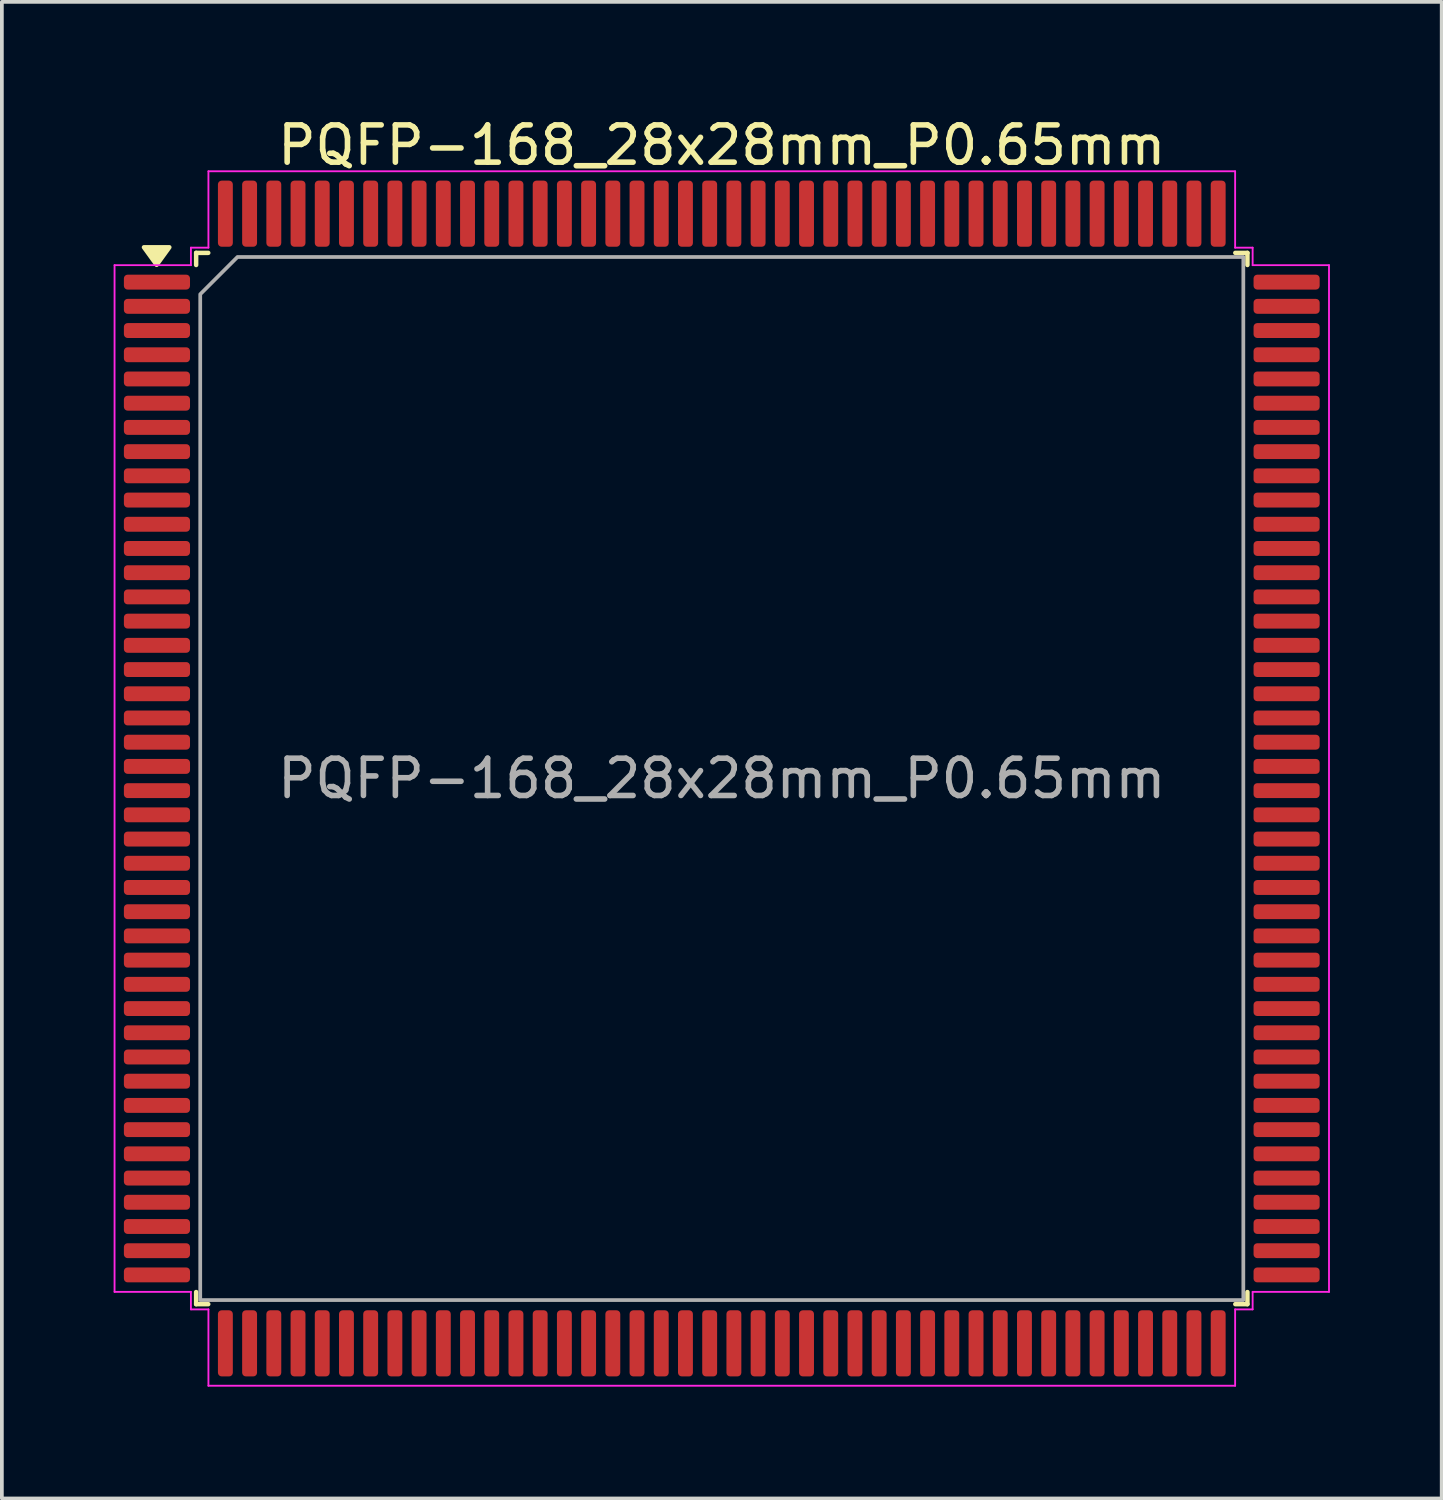
<source format=kicad_pcb>
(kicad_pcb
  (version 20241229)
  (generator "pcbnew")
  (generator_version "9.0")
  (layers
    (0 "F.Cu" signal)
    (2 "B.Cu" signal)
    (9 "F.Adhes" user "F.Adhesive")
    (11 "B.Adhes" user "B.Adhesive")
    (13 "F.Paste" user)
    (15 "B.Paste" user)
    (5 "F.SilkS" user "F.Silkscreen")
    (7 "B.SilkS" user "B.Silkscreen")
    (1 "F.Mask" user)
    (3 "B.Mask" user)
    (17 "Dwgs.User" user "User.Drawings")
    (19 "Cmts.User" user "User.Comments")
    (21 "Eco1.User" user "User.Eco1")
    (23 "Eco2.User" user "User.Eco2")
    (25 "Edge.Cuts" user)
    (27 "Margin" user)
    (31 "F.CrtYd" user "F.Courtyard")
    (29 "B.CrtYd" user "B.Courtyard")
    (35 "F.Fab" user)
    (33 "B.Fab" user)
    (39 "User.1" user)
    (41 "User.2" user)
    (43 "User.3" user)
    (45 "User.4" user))
  (footprint "PQFP-168_28x28mm_P0.65mm"
    (layer "F.Cu")
    (at 16.325 17.848)
    (property "Reference" "PQFP-168_28x28mm_P0.65mm" (at 0 -17 0) (layer "F.SilkS") (effects (font (size 1 1) (thickness 0.15))))
    (attr smd)
    (fp_line (start -14.11 -14.11) (end -13.785 -14.11) (stroke (width 0.12) (type solid)) (layer "F.SilkS"))
    (fp_line (start -14.11 -13.785) (end -14.11 -14.11) (stroke (width 0.12) (type solid)) (layer "F.SilkS"))
    (fp_line (start -14.11 14.11) (end -14.11 13.785) (stroke (width 0.12) (type solid)) (layer "F.SilkS"))
    (fp_line (start -13.785 14.11) (end -14.11 14.11) (stroke (width 0.12) (type solid)) (layer "F.SilkS"))
    (fp_line (start 13.785 -14.11) (end 14.11 -14.11) (stroke (width 0.12) (type solid)) (layer "F.SilkS"))
    (fp_line (start 14.11 -14.11) (end 14.11 -13.785) (stroke (width 0.12) (type solid)) (layer "F.SilkS"))
    (fp_line (start 14.11 13.785) (end 14.11 14.11) (stroke (width 0.12) (type solid)) (layer "F.SilkS"))
    (fp_line (start 14.11 14.11) (end 13.785 14.11) (stroke (width 0.12) (type solid)) (layer "F.SilkS"))
    (fp_poly (pts (xy -15.17 -13.79) (xy -15.51 -14.26) (xy -14.83 -14.26)) (stroke (width 0.12) (type solid)) (fill yes) (layer "F.SilkS"))
    (fp_line (start -16.3 -13.78) (end -14.25 -13.78) (stroke (width 0.05) (type solid)) (layer "F.CrtYd"))
    (fp_line (start -16.3 13.78) (end -16.3 -13.78) (stroke (width 0.05) (type solid)) (layer "F.CrtYd"))
    (fp_line (start -14.25 -14.25) (end -13.78 -14.25) (stroke (width 0.05) (type solid)) (layer "F.CrtYd"))
    (fp_line (start -14.25 -13.78) (end -14.25 -14.25) (stroke (width 0.05) (type solid)) (layer "F.CrtYd"))
    (fp_line (start -14.25 13.78) (end -16.3 13.78) (stroke (width 0.05) (type solid)) (layer "F.CrtYd"))
    (fp_line (start -14.25 14.25) (end -14.25 13.78) (stroke (width 0.05) (type solid)) (layer "F.CrtYd"))
    (fp_line (start -13.78 -16.3) (end 13.78 -16.3) (stroke (width 0.05) (type solid)) (layer "F.CrtYd"))
    (fp_line (start -13.78 -14.25) (end -13.78 -16.3) (stroke (width 0.05) (type solid)) (layer "F.CrtYd"))
    (fp_line (start -13.78 14.25) (end -14.25 14.25) (stroke (width 0.05) (type solid)) (layer "F.CrtYd"))
    (fp_line (start -13.78 16.3) (end -13.78 14.25) (stroke (width 0.05) (type solid)) (layer "F.CrtYd"))
    (fp_line (start 13.78 -16.3) (end 13.78 -14.25) (stroke (width 0.05) (type solid)) (layer "F.CrtYd"))
    (fp_line (start 13.78 -14.25) (end 14.25 -14.25) (stroke (width 0.05) (type solid)) (layer "F.CrtYd"))
    (fp_line (start 13.78 14.25) (end 13.78 16.3) (stroke (width 0.05) (type solid)) (layer "F.CrtYd"))
    (fp_line (start 13.78 16.3) (end -13.78 16.3) (stroke (width 0.05) (type solid)) (layer "F.CrtYd"))
    (fp_line (start 14.25 -14.25) (end 14.25 -13.78) (stroke (width 0.05) (type solid)) (layer "F.CrtYd"))
    (fp_line (start 14.25 -13.78) (end 16.3 -13.78) (stroke (width 0.05) (type solid)) (layer "F.CrtYd"))
    (fp_line (start 14.25 13.78) (end 14.25 14.25) (stroke (width 0.05) (type solid)) (layer "F.CrtYd"))
    (fp_line (start 14.25 14.25) (end 13.78 14.25) (stroke (width 0.05) (type solid)) (layer "F.CrtYd"))
    (fp_line (start 16.3 -13.78) (end 16.3 13.78) (stroke (width 0.05) (type solid)) (layer "F.CrtYd"))
    (fp_line (start 16.3 13.78) (end 14.25 13.78) (stroke (width 0.05) (type solid)) (layer "F.CrtYd"))
    (fp_poly (pts (xy -14 -13) (xy -14 14) (xy 14 14) (xy 14 -14) (xy -13 -14)) (stroke (width 0.1) (type solid)) (fill no) (layer "F.Fab"))
    (fp_text user "${REFERENCE}" (at 0 0 0) (layer "F.Fab") (effects (font (size 1 1) (thickness 0.15))))
    (pad "1" smd roundrect (at -15.162 -13.325) (size 1.775 0.4) (layers "F.Cu" "F.Mask" "F.Paste") (roundrect_rratio 0.25))
    (pad "2" smd roundrect (at -15.162 -12.675) (size 1.775 0.4) (layers "F.Cu" "F.Mask" "F.Paste") (roundrect_rratio 0.25))
    (pad "3" smd roundrect (at -15.162 -12.025) (size 1.775 0.4) (layers "F.Cu" "F.Mask" "F.Paste") (roundrect_rratio 0.25))
    (pad "4" smd roundrect (at -15.162 -11.375) (size 1.775 0.4) (layers "F.Cu" "F.Mask" "F.Paste") (roundrect_rratio 0.25))
    (pad "5" smd roundrect (at -15.162 -10.725) (size 1.775 0.4) (layers "F.Cu" "F.Mask" "F.Paste") (roundrect_rratio 0.25))
    (pad "6" smd roundrect (at -15.162 -10.075) (size 1.775 0.4) (layers "F.Cu" "F.Mask" "F.Paste") (roundrect_rratio 0.25))
    (pad "7" smd roundrect (at -15.162 -9.425) (size 1.775 0.4) (layers "F.Cu" "F.Mask" "F.Paste") (roundrect_rratio 0.25))
    (pad "8" smd roundrect (at -15.162 -8.775) (size 1.775 0.4) (layers "F.Cu" "F.Mask" "F.Paste") (roundrect_rratio 0.25))
    (pad "9" smd roundrect (at -15.162 -8.125) (size 1.775 0.4) (layers "F.Cu" "F.Mask" "F.Paste") (roundrect_rratio 0.25))
    (pad "10" smd roundrect (at -15.162 -7.475) (size 1.775 0.4) (layers "F.Cu" "F.Mask" "F.Paste") (roundrect_rratio 0.25))
    (pad "11" smd roundrect (at -15.162 -6.825) (size 1.775 0.4) (layers "F.Cu" "F.Mask" "F.Paste") (roundrect_rratio 0.25))
    (pad "12" smd roundrect (at -15.162 -6.175) (size 1.775 0.4) (layers "F.Cu" "F.Mask" "F.Paste") (roundrect_rratio 0.25))
    (pad "13" smd roundrect (at -15.162 -5.525) (size 1.775 0.4) (layers "F.Cu" "F.Mask" "F.Paste") (roundrect_rratio 0.25))
    (pad "14" smd roundrect (at -15.162 -4.875) (size 1.775 0.4) (layers "F.Cu" "F.Mask" "F.Paste") (roundrect_rratio 0.25))
    (pad "15" smd roundrect (at -15.162 -4.225) (size 1.775 0.4) (layers "F.Cu" "F.Mask" "F.Paste") (roundrect_rratio 0.25))
    (pad "16" smd roundrect (at -15.162 -3.575) (size 1.775 0.4) (layers "F.Cu" "F.Mask" "F.Paste") (roundrect_rratio 0.25))
    (pad "17" smd roundrect (at -15.162 -2.925) (size 1.775 0.4) (layers "F.Cu" "F.Mask" "F.Paste") (roundrect_rratio 0.25))
    (pad "18" smd roundrect (at -15.162 -2.275) (size 1.775 0.4) (layers "F.Cu" "F.Mask" "F.Paste") (roundrect_rratio 0.25))
    (pad "19" smd roundrect (at -15.162 -1.625) (size 1.775 0.4) (layers "F.Cu" "F.Mask" "F.Paste") (roundrect_rratio 0.25))
    (pad "20" smd roundrect (at -15.162 -0.975) (size 1.775 0.4) (layers "F.Cu" "F.Mask" "F.Paste") (roundrect_rratio 0.25))
    (pad "21" smd roundrect (at -15.162 -0.325) (size 1.775 0.4) (layers "F.Cu" "F.Mask" "F.Paste") (roundrect_rratio 0.25))
    (pad "22" smd roundrect (at -15.162 0.325) (size 1.775 0.4) (layers "F.Cu" "F.Mask" "F.Paste") (roundrect_rratio 0.25))
    (pad "23" smd roundrect (at -15.162 0.975) (size 1.775 0.4) (layers "F.Cu" "F.Mask" "F.Paste") (roundrect_rratio 0.25))
    (pad "24" smd roundrect (at -15.162 1.625) (size 1.775 0.4) (layers "F.Cu" "F.Mask" "F.Paste") (roundrect_rratio 0.25))
    (pad "25" smd roundrect (at -15.162 2.275) (size 1.775 0.4) (layers "F.Cu" "F.Mask" "F.Paste") (roundrect_rratio 0.25))
    (pad "26" smd roundrect (at -15.162 2.925) (size 1.775 0.4) (layers "F.Cu" "F.Mask" "F.Paste") (roundrect_rratio 0.25))
    (pad "27" smd roundrect (at -15.162 3.575) (size 1.775 0.4) (layers "F.Cu" "F.Mask" "F.Paste") (roundrect_rratio 0.25))
    (pad "28" smd roundrect (at -15.162 4.225) (size 1.775 0.4) (layers "F.Cu" "F.Mask" "F.Paste") (roundrect_rratio 0.25))
    (pad "29" smd roundrect (at -15.162 4.875) (size 1.775 0.4) (layers "F.Cu" "F.Mask" "F.Paste") (roundrect_rratio 0.25))
    (pad "30" smd roundrect (at -15.162 5.525) (size 1.775 0.4) (layers "F.Cu" "F.Mask" "F.Paste") (roundrect_rratio 0.25))
    (pad "31" smd roundrect (at -15.162 6.175) (size 1.775 0.4) (layers "F.Cu" "F.Mask" "F.Paste") (roundrect_rratio 0.25))
    (pad "32" smd roundrect (at -15.162 6.825) (size 1.775 0.4) (layers "F.Cu" "F.Mask" "F.Paste") (roundrect_rratio 0.25))
    (pad "33" smd roundrect (at -15.162 7.475) (size 1.775 0.4) (layers "F.Cu" "F.Mask" "F.Paste") (roundrect_rratio 0.25))
    (pad "34" smd roundrect (at -15.162 8.125) (size 1.775 0.4) (layers "F.Cu" "F.Mask" "F.Paste") (roundrect_rratio 0.25))
    (pad "35" smd roundrect (at -15.162 8.775) (size 1.775 0.4) (layers "F.Cu" "F.Mask" "F.Paste") (roundrect_rratio 0.25))
    (pad "36" smd roundrect (at -15.162 9.425) (size 1.775 0.4) (layers "F.Cu" "F.Mask" "F.Paste") (roundrect_rratio 0.25))
    (pad "37" smd roundrect (at -15.162 10.075) (size 1.775 0.4) (layers "F.Cu" "F.Mask" "F.Paste") (roundrect_rratio 0.25))
    (pad "38" smd roundrect (at -15.162 10.725) (size 1.775 0.4) (layers "F.Cu" "F.Mask" "F.Paste") (roundrect_rratio 0.25))
    (pad "39" smd roundrect (at -15.162 11.375) (size 1.775 0.4) (layers "F.Cu" "F.Mask" "F.Paste") (roundrect_rratio 0.25))
    (pad "40" smd roundrect (at -15.162 12.025) (size 1.775 0.4) (layers "F.Cu" "F.Mask" "F.Paste") (roundrect_rratio 0.25))
    (pad "41" smd roundrect (at -15.162 12.675) (size 1.775 0.4) (layers "F.Cu" "F.Mask" "F.Paste") (roundrect_rratio 0.25))
    (pad "42" smd roundrect (at -15.162 13.325) (size 1.775 0.4) (layers "F.Cu" "F.Mask" "F.Paste") (roundrect_rratio 0.25))
    (pad "43" smd roundrect (at -13.325 15.162) (size 0.4 1.775) (layers "F.Cu" "F.Mask" "F.Paste") (roundrect_rratio 0.25))
    (pad "44" smd roundrect (at -12.675 15.162) (size 0.4 1.775) (layers "F.Cu" "F.Mask" "F.Paste") (roundrect_rratio 0.25))
    (pad "45" smd roundrect (at -12.025 15.162) (size 0.4 1.775) (layers "F.Cu" "F.Mask" "F.Paste") (roundrect_rratio 0.25))
    (pad "46" smd roundrect (at -11.375 15.162) (size 0.4 1.775) (layers "F.Cu" "F.Mask" "F.Paste") (roundrect_rratio 0.25))
    (pad "47" smd roundrect (at -10.725 15.162) (size 0.4 1.775) (layers "F.Cu" "F.Mask" "F.Paste") (roundrect_rratio 0.25))
    (pad "48" smd roundrect (at -10.075 15.162) (size 0.4 1.775) (layers "F.Cu" "F.Mask" "F.Paste") (roundrect_rratio 0.25))
    (pad "49" smd roundrect (at -9.425 15.162) (size 0.4 1.775) (layers "F.Cu" "F.Mask" "F.Paste") (roundrect_rratio 0.25))
    (pad "50" smd roundrect (at -8.775 15.162) (size 0.4 1.775) (layers "F.Cu" "F.Mask" "F.Paste") (roundrect_rratio 0.25))
    (pad "51" smd roundrect (at -8.125 15.162) (size 0.4 1.775) (layers "F.Cu" "F.Mask" "F.Paste") (roundrect_rratio 0.25))
    (pad "52" smd roundrect (at -7.475 15.162) (size 0.4 1.775) (layers "F.Cu" "F.Mask" "F.Paste") (roundrect_rratio 0.25))
    (pad "53" smd roundrect (at -6.825 15.162) (size 0.4 1.775) (layers "F.Cu" "F.Mask" "F.Paste") (roundrect_rratio 0.25))
    (pad "54" smd roundrect (at -6.175 15.162) (size 0.4 1.775) (layers "F.Cu" "F.Mask" "F.Paste") (roundrect_rratio 0.25))
    (pad "55" smd roundrect (at -5.525 15.162) (size 0.4 1.775) (layers "F.Cu" "F.Mask" "F.Paste") (roundrect_rratio 0.25))
    (pad "56" smd roundrect (at -4.875 15.162) (size 0.4 1.775) (layers "F.Cu" "F.Mask" "F.Paste") (roundrect_rratio 0.25))
    (pad "57" smd roundrect (at -4.225 15.162) (size 0.4 1.775) (layers "F.Cu" "F.Mask" "F.Paste") (roundrect_rratio 0.25))
    (pad "58" smd roundrect (at -3.575 15.162) (size 0.4 1.775) (layers "F.Cu" "F.Mask" "F.Paste") (roundrect_rratio 0.25))
    (pad "59" smd roundrect (at -2.925 15.162) (size 0.4 1.775) (layers "F.Cu" "F.Mask" "F.Paste") (roundrect_rratio 0.25))
    (pad "60" smd roundrect (at -2.275 15.162) (size 0.4 1.775) (layers "F.Cu" "F.Mask" "F.Paste") (roundrect_rratio 0.25))
    (pad "61" smd roundrect (at -1.625 15.162) (size 0.4 1.775) (layers "F.Cu" "F.Mask" "F.Paste") (roundrect_rratio 0.25))
    (pad "62" smd roundrect (at -0.975 15.162) (size 0.4 1.775) (layers "F.Cu" "F.Mask" "F.Paste") (roundrect_rratio 0.25))
    (pad "63" smd roundrect (at -0.325 15.162) (size 0.4 1.775) (layers "F.Cu" "F.Mask" "F.Paste") (roundrect_rratio 0.25))
    (pad "64" smd roundrect (at 0.325 15.162) (size 0.4 1.775) (layers "F.Cu" "F.Mask" "F.Paste") (roundrect_rratio 0.25))
    (pad "65" smd roundrect (at 0.975 15.162) (size 0.4 1.775) (layers "F.Cu" "F.Mask" "F.Paste") (roundrect_rratio 0.25))
    (pad "66" smd roundrect (at 1.625 15.162) (size 0.4 1.775) (layers "F.Cu" "F.Mask" "F.Paste") (roundrect_rratio 0.25))
    (pad "67" smd roundrect (at 2.275 15.162) (size 0.4 1.775) (layers "F.Cu" "F.Mask" "F.Paste") (roundrect_rratio 0.25))
    (pad "68" smd roundrect (at 2.925 15.162) (size 0.4 1.775) (layers "F.Cu" "F.Mask" "F.Paste") (roundrect_rratio 0.25))
    (pad "69" smd roundrect (at 3.575 15.162) (size 0.4 1.775) (layers "F.Cu" "F.Mask" "F.Paste") (roundrect_rratio 0.25))
    (pad "70" smd roundrect (at 4.225 15.162) (size 0.4 1.775) (layers "F.Cu" "F.Mask" "F.Paste") (roundrect_rratio 0.25))
    (pad "71" smd roundrect (at 4.875 15.162) (size 0.4 1.775) (layers "F.Cu" "F.Mask" "F.Paste") (roundrect_rratio 0.25))
    (pad "72" smd roundrect (at 5.525 15.162) (size 0.4 1.775) (layers "F.Cu" "F.Mask" "F.Paste") (roundrect_rratio 0.25))
    (pad "73" smd roundrect (at 6.175 15.162) (size 0.4 1.775) (layers "F.Cu" "F.Mask" "F.Paste") (roundrect_rratio 0.25))
    (pad "74" smd roundrect (at 6.825 15.162) (size 0.4 1.775) (layers "F.Cu" "F.Mask" "F.Paste") (roundrect_rratio 0.25))
    (pad "75" smd roundrect (at 7.475 15.162) (size 0.4 1.775) (layers "F.Cu" "F.Mask" "F.Paste") (roundrect_rratio 0.25))
    (pad "76" smd roundrect (at 8.125 15.162) (size 0.4 1.775) (layers "F.Cu" "F.Mask" "F.Paste") (roundrect_rratio 0.25))
    (pad "77" smd roundrect (at 8.775 15.162) (size 0.4 1.775) (layers "F.Cu" "F.Mask" "F.Paste") (roundrect_rratio 0.25))
    (pad "78" smd roundrect (at 9.425 15.162) (size 0.4 1.775) (layers "F.Cu" "F.Mask" "F.Paste") (roundrect_rratio 0.25))
    (pad "79" smd roundrect (at 10.075 15.162) (size 0.4 1.775) (layers "F.Cu" "F.Mask" "F.Paste") (roundrect_rratio 0.25))
    (pad "80" smd roundrect (at 10.725 15.162) (size 0.4 1.775) (layers "F.Cu" "F.Mask" "F.Paste") (roundrect_rratio 0.25))
    (pad "81" smd roundrect (at 11.375 15.162) (size 0.4 1.775) (layers "F.Cu" "F.Mask" "F.Paste") (roundrect_rratio 0.25))
    (pad "82" smd roundrect (at 12.025 15.162) (size 0.4 1.775) (layers "F.Cu" "F.Mask" "F.Paste") (roundrect_rratio 0.25))
    (pad "83" smd roundrect (at 12.675 15.162) (size 0.4 1.775) (layers "F.Cu" "F.Mask" "F.Paste") (roundrect_rratio 0.25))
    (pad "84" smd roundrect (at 13.325 15.162) (size 0.4 1.775) (layers "F.Cu" "F.Mask" "F.Paste") (roundrect_rratio 0.25))
    (pad "85" smd roundrect (at 15.162 13.325) (size 1.775 0.4) (layers "F.Cu" "F.Mask" "F.Paste") (roundrect_rratio 0.25))
    (pad "86" smd roundrect (at 15.162 12.675) (size 1.775 0.4) (layers "F.Cu" "F.Mask" "F.Paste") (roundrect_rratio 0.25))
    (pad "87" smd roundrect (at 15.162 12.025) (size 1.775 0.4) (layers "F.Cu" "F.Mask" "F.Paste") (roundrect_rratio 0.25))
    (pad "88" smd roundrect (at 15.162 11.375) (size 1.775 0.4) (layers "F.Cu" "F.Mask" "F.Paste") (roundrect_rratio 0.25))
    (pad "89" smd roundrect (at 15.162 10.725) (size 1.775 0.4) (layers "F.Cu" "F.Mask" "F.Paste") (roundrect_rratio 0.25))
    (pad "90" smd roundrect (at 15.162 10.075) (size 1.775 0.4) (layers "F.Cu" "F.Mask" "F.Paste") (roundrect_rratio 0.25))
    (pad "91" smd roundrect (at 15.162 9.425) (size 1.775 0.4) (layers "F.Cu" "F.Mask" "F.Paste") (roundrect_rratio 0.25))
    (pad "92" smd roundrect (at 15.162 8.775) (size 1.775 0.4) (layers "F.Cu" "F.Mask" "F.Paste") (roundrect_rratio 0.25))
    (pad "93" smd roundrect (at 15.162 8.125) (size 1.775 0.4) (layers "F.Cu" "F.Mask" "F.Paste") (roundrect_rratio 0.25))
    (pad "94" smd roundrect (at 15.162 7.475) (size 1.775 0.4) (layers "F.Cu" "F.Mask" "F.Paste") (roundrect_rratio 0.25))
    (pad "95" smd roundrect (at 15.162 6.825) (size 1.775 0.4) (layers "F.Cu" "F.Mask" "F.Paste") (roundrect_rratio 0.25))
    (pad "96" smd roundrect (at 15.162 6.175) (size 1.775 0.4) (layers "F.Cu" "F.Mask" "F.Paste") (roundrect_rratio 0.25))
    (pad "97" smd roundrect (at 15.162 5.525) (size 1.775 0.4) (layers "F.Cu" "F.Mask" "F.Paste") (roundrect_rratio 0.25))
    (pad "98" smd roundrect (at 15.162 4.875) (size 1.775 0.4) (layers "F.Cu" "F.Mask" "F.Paste") (roundrect_rratio 0.25))
    (pad "99" smd roundrect (at 15.162 4.225) (size 1.775 0.4) (layers "F.Cu" "F.Mask" "F.Paste") (roundrect_rratio 0.25))
    (pad "100" smd roundrect (at 15.162 3.575) (size 1.775 0.4) (layers "F.Cu" "F.Mask" "F.Paste") (roundrect_rratio 0.25))
    (pad "101" smd roundrect (at 15.162 2.925) (size 1.775 0.4) (layers "F.Cu" "F.Mask" "F.Paste") (roundrect_rratio 0.25))
    (pad "102" smd roundrect (at 15.162 2.275) (size 1.775 0.4) (layers "F.Cu" "F.Mask" "F.Paste") (roundrect_rratio 0.25))
    (pad "103" smd roundrect (at 15.162 1.625) (size 1.775 0.4) (layers "F.Cu" "F.Mask" "F.Paste") (roundrect_rratio 0.25))
    (pad "104" smd roundrect (at 15.162 0.975) (size 1.775 0.4) (layers "F.Cu" "F.Mask" "F.Paste") (roundrect_rratio 0.25))
    (pad "105" smd roundrect (at 15.162 0.325) (size 1.775 0.4) (layers "F.Cu" "F.Mask" "F.Paste") (roundrect_rratio 0.25))
    (pad "106" smd roundrect (at 15.162 -0.325) (size 1.775 0.4) (layers "F.Cu" "F.Mask" "F.Paste") (roundrect_rratio 0.25))
    (pad "107" smd roundrect (at 15.162 -0.975) (size 1.775 0.4) (layers "F.Cu" "F.Mask" "F.Paste") (roundrect_rratio 0.25))
    (pad "108" smd roundrect (at 15.162 -1.625) (size 1.775 0.4) (layers "F.Cu" "F.Mask" "F.Paste") (roundrect_rratio 0.25))
    (pad "109" smd roundrect (at 15.162 -2.275) (size 1.775 0.4) (layers "F.Cu" "F.Mask" "F.Paste") (roundrect_rratio 0.25))
    (pad "110" smd roundrect (at 15.162 -2.925) (size 1.775 0.4) (layers "F.Cu" "F.Mask" "F.Paste") (roundrect_rratio 0.25))
    (pad "111" smd roundrect (at 15.162 -3.575) (size 1.775 0.4) (layers "F.Cu" "F.Mask" "F.Paste") (roundrect_rratio 0.25))
    (pad "112" smd roundrect (at 15.162 -4.225) (size 1.775 0.4) (layers "F.Cu" "F.Mask" "F.Paste") (roundrect_rratio 0.25))
    (pad "113" smd roundrect (at 15.162 -4.875) (size 1.775 0.4) (layers "F.Cu" "F.Mask" "F.Paste") (roundrect_rratio 0.25))
    (pad "114" smd roundrect (at 15.162 -5.525) (size 1.775 0.4) (layers "F.Cu" "F.Mask" "F.Paste") (roundrect_rratio 0.25))
    (pad "115" smd roundrect (at 15.162 -6.175) (size 1.775 0.4) (layers "F.Cu" "F.Mask" "F.Paste") (roundrect_rratio 0.25))
    (pad "116" smd roundrect (at 15.162 -6.825) (size 1.775 0.4) (layers "F.Cu" "F.Mask" "F.Paste") (roundrect_rratio 0.25))
    (pad "117" smd roundrect (at 15.162 -7.475) (size 1.775 0.4) (layers "F.Cu" "F.Mask" "F.Paste") (roundrect_rratio 0.25))
    (pad "118" smd roundrect (at 15.162 -8.125) (size 1.775 0.4) (layers "F.Cu" "F.Mask" "F.Paste") (roundrect_rratio 0.25))
    (pad "119" smd roundrect (at 15.162 -8.775) (size 1.775 0.4) (layers "F.Cu" "F.Mask" "F.Paste") (roundrect_rratio 0.25))
    (pad "120" smd roundrect (at 15.162 -9.425) (size 1.775 0.4) (layers "F.Cu" "F.Mask" "F.Paste") (roundrect_rratio 0.25))
    (pad "121" smd roundrect (at 15.162 -10.075) (size 1.775 0.4) (layers "F.Cu" "F.Mask" "F.Paste") (roundrect_rratio 0.25))
    (pad "122" smd roundrect (at 15.162 -10.725) (size 1.775 0.4) (layers "F.Cu" "F.Mask" "F.Paste") (roundrect_rratio 0.25))
    (pad "123" smd roundrect (at 15.162 -11.375) (size 1.775 0.4) (layers "F.Cu" "F.Mask" "F.Paste") (roundrect_rratio 0.25))
    (pad "124" smd roundrect (at 15.162 -12.025) (size 1.775 0.4) (layers "F.Cu" "F.Mask" "F.Paste") (roundrect_rratio 0.25))
    (pad "125" smd roundrect (at 15.162 -12.675) (size 1.775 0.4) (layers "F.Cu" "F.Mask" "F.Paste") (roundrect_rratio 0.25))
    (pad "126" smd roundrect (at 15.162 -13.325) (size 1.775 0.4) (layers "F.Cu" "F.Mask" "F.Paste") (roundrect_rratio 0.25))
    (pad "127" smd roundrect (at 13.325 -15.162) (size 0.4 1.775) (layers "F.Cu" "F.Mask" "F.Paste") (roundrect_rratio 0.25))
    (pad "128" smd roundrect (at 12.675 -15.162) (size 0.4 1.775) (layers "F.Cu" "F.Mask" "F.Paste") (roundrect_rratio 0.25))
    (pad "129" smd roundrect (at 12.025 -15.162) (size 0.4 1.775) (layers "F.Cu" "F.Mask" "F.Paste") (roundrect_rratio 0.25))
    (pad "130" smd roundrect (at 11.375 -15.162) (size 0.4 1.775) (layers "F.Cu" "F.Mask" "F.Paste") (roundrect_rratio 0.25))
    (pad "131" smd roundrect (at 10.725 -15.162) (size 0.4 1.775) (layers "F.Cu" "F.Mask" "F.Paste") (roundrect_rratio 0.25))
    (pad "132" smd roundrect (at 10.075 -15.162) (size 0.4 1.775) (layers "F.Cu" "F.Mask" "F.Paste") (roundrect_rratio 0.25))
    (pad "133" smd roundrect (at 9.425 -15.162) (size 0.4 1.775) (layers "F.Cu" "F.Mask" "F.Paste") (roundrect_rratio 0.25))
    (pad "134" smd roundrect (at 8.775 -15.162) (size 0.4 1.775) (layers "F.Cu" "F.Mask" "F.Paste") (roundrect_rratio 0.25))
    (pad "135" smd roundrect (at 8.125 -15.162) (size 0.4 1.775) (layers "F.Cu" "F.Mask" "F.Paste") (roundrect_rratio 0.25))
    (pad "136" smd roundrect (at 7.475 -15.162) (size 0.4 1.775) (layers "F.Cu" "F.Mask" "F.Paste") (roundrect_rratio 0.25))
    (pad "137" smd roundrect (at 6.825 -15.162) (size 0.4 1.775) (layers "F.Cu" "F.Mask" "F.Paste") (roundrect_rratio 0.25))
    (pad "138" smd roundrect (at 6.175 -15.162) (size 0.4 1.775) (layers "F.Cu" "F.Mask" "F.Paste") (roundrect_rratio 0.25))
    (pad "139" smd roundrect (at 5.525 -15.162) (size 0.4 1.775) (layers "F.Cu" "F.Mask" "F.Paste") (roundrect_rratio 0.25))
    (pad "140" smd roundrect (at 4.875 -15.162) (size 0.4 1.775) (layers "F.Cu" "F.Mask" "F.Paste") (roundrect_rratio 0.25))
    (pad "141" smd roundrect (at 4.225 -15.162) (size 0.4 1.775) (layers "F.Cu" "F.Mask" "F.Paste") (roundrect_rratio 0.25))
    (pad "142" smd roundrect (at 3.575 -15.162) (size 0.4 1.775) (layers "F.Cu" "F.Mask" "F.Paste") (roundrect_rratio 0.25))
    (pad "143" smd roundrect (at 2.925 -15.162) (size 0.4 1.775) (layers "F.Cu" "F.Mask" "F.Paste") (roundrect_rratio 0.25))
    (pad "144" smd roundrect (at 2.275 -15.162) (size 0.4 1.775) (layers "F.Cu" "F.Mask" "F.Paste") (roundrect_rratio 0.25))
    (pad "145" smd roundrect (at 1.625 -15.162) (size 0.4 1.775) (layers "F.Cu" "F.Mask" "F.Paste") (roundrect_rratio 0.25))
    (pad "146" smd roundrect (at 0.975 -15.162) (size 0.4 1.775) (layers "F.Cu" "F.Mask" "F.Paste") (roundrect_rratio 0.25))
    (pad "147" smd roundrect (at 0.325 -15.162) (size 0.4 1.775) (layers "F.Cu" "F.Mask" "F.Paste") (roundrect_rratio 0.25))
    (pad "148" smd roundrect (at -0.325 -15.162) (size 0.4 1.775) (layers "F.Cu" "F.Mask" "F.Paste") (roundrect_rratio 0.25))
    (pad "149" smd roundrect (at -0.975 -15.162) (size 0.4 1.775) (layers "F.Cu" "F.Mask" "F.Paste") (roundrect_rratio 0.25))
    (pad "150" smd roundrect (at -1.625 -15.162) (size 0.4 1.775) (layers "F.Cu" "F.Mask" "F.Paste") (roundrect_rratio 0.25))
    (pad "151" smd roundrect (at -2.275 -15.162) (size 0.4 1.775) (layers "F.Cu" "F.Mask" "F.Paste") (roundrect_rratio 0.25))
    (pad "152" smd roundrect (at -2.925 -15.162) (size 0.4 1.775) (layers "F.Cu" "F.Mask" "F.Paste") (roundrect_rratio 0.25))
    (pad "153" smd roundrect (at -3.575 -15.162) (size 0.4 1.775) (layers "F.Cu" "F.Mask" "F.Paste") (roundrect_rratio 0.25))
    (pad "154" smd roundrect (at -4.225 -15.162) (size 0.4 1.775) (layers "F.Cu" "F.Mask" "F.Paste") (roundrect_rratio 0.25))
    (pad "155" smd roundrect (at -4.875 -15.162) (size 0.4 1.775) (layers "F.Cu" "F.Mask" "F.Paste") (roundrect_rratio 0.25))
    (pad "156" smd roundrect (at -5.525 -15.162) (size 0.4 1.775) (layers "F.Cu" "F.Mask" "F.Paste") (roundrect_rratio 0.25))
    (pad "157" smd roundrect (at -6.175 -15.162) (size 0.4 1.775) (layers "F.Cu" "F.Mask" "F.Paste") (roundrect_rratio 0.25))
    (pad "158" smd roundrect (at -6.825 -15.162) (size 0.4 1.775) (layers "F.Cu" "F.Mask" "F.Paste") (roundrect_rratio 0.25))
    (pad "159" smd roundrect (at -7.475 -15.162) (size 0.4 1.775) (layers "F.Cu" "F.Mask" "F.Paste") (roundrect_rratio 0.25))
    (pad "160" smd roundrect (at -8.125 -15.162) (size 0.4 1.775) (layers "F.Cu" "F.Mask" "F.Paste") (roundrect_rratio 0.25))
    (pad "161" smd roundrect (at -8.775 -15.162) (size 0.4 1.775) (layers "F.Cu" "F.Mask" "F.Paste") (roundrect_rratio 0.25))
    (pad "162" smd roundrect (at -9.425 -15.162) (size 0.4 1.775) (layers "F.Cu" "F.Mask" "F.Paste") (roundrect_rratio 0.25))
    (pad "163" smd roundrect (at -10.075 -15.162) (size 0.4 1.775) (layers "F.Cu" "F.Mask" "F.Paste") (roundrect_rratio 0.25))
    (pad "164" smd roundrect (at -10.725 -15.162) (size 0.4 1.775) (layers "F.Cu" "F.Mask" "F.Paste") (roundrect_rratio 0.25))
    (pad "165" smd roundrect (at -11.375 -15.162) (size 0.4 1.775) (layers "F.Cu" "F.Mask" "F.Paste") (roundrect_rratio 0.25))
    (pad "166" smd roundrect (at -12.025 -15.162) (size 0.4 1.775) (layers "F.Cu" "F.Mask" "F.Paste") (roundrect_rratio 0.25))
    (pad "167" smd roundrect (at -12.675 -15.162) (size 0.4 1.775) (layers "F.Cu" "F.Mask" "F.Paste") (roundrect_rratio 0.25))
    (pad "168" smd roundrect (at -13.325 -15.162) (size 0.4 1.775) (layers "F.Cu" "F.Mask" "F.Paste") (roundrect_rratio 0.25)))
  (gr_rect
    (start -3 -3)
    (end 35.65 37.173)
    (stroke (width 0.1) (type default))
    (fill no)
    (layer "Edge.Cuts")))
</source>
